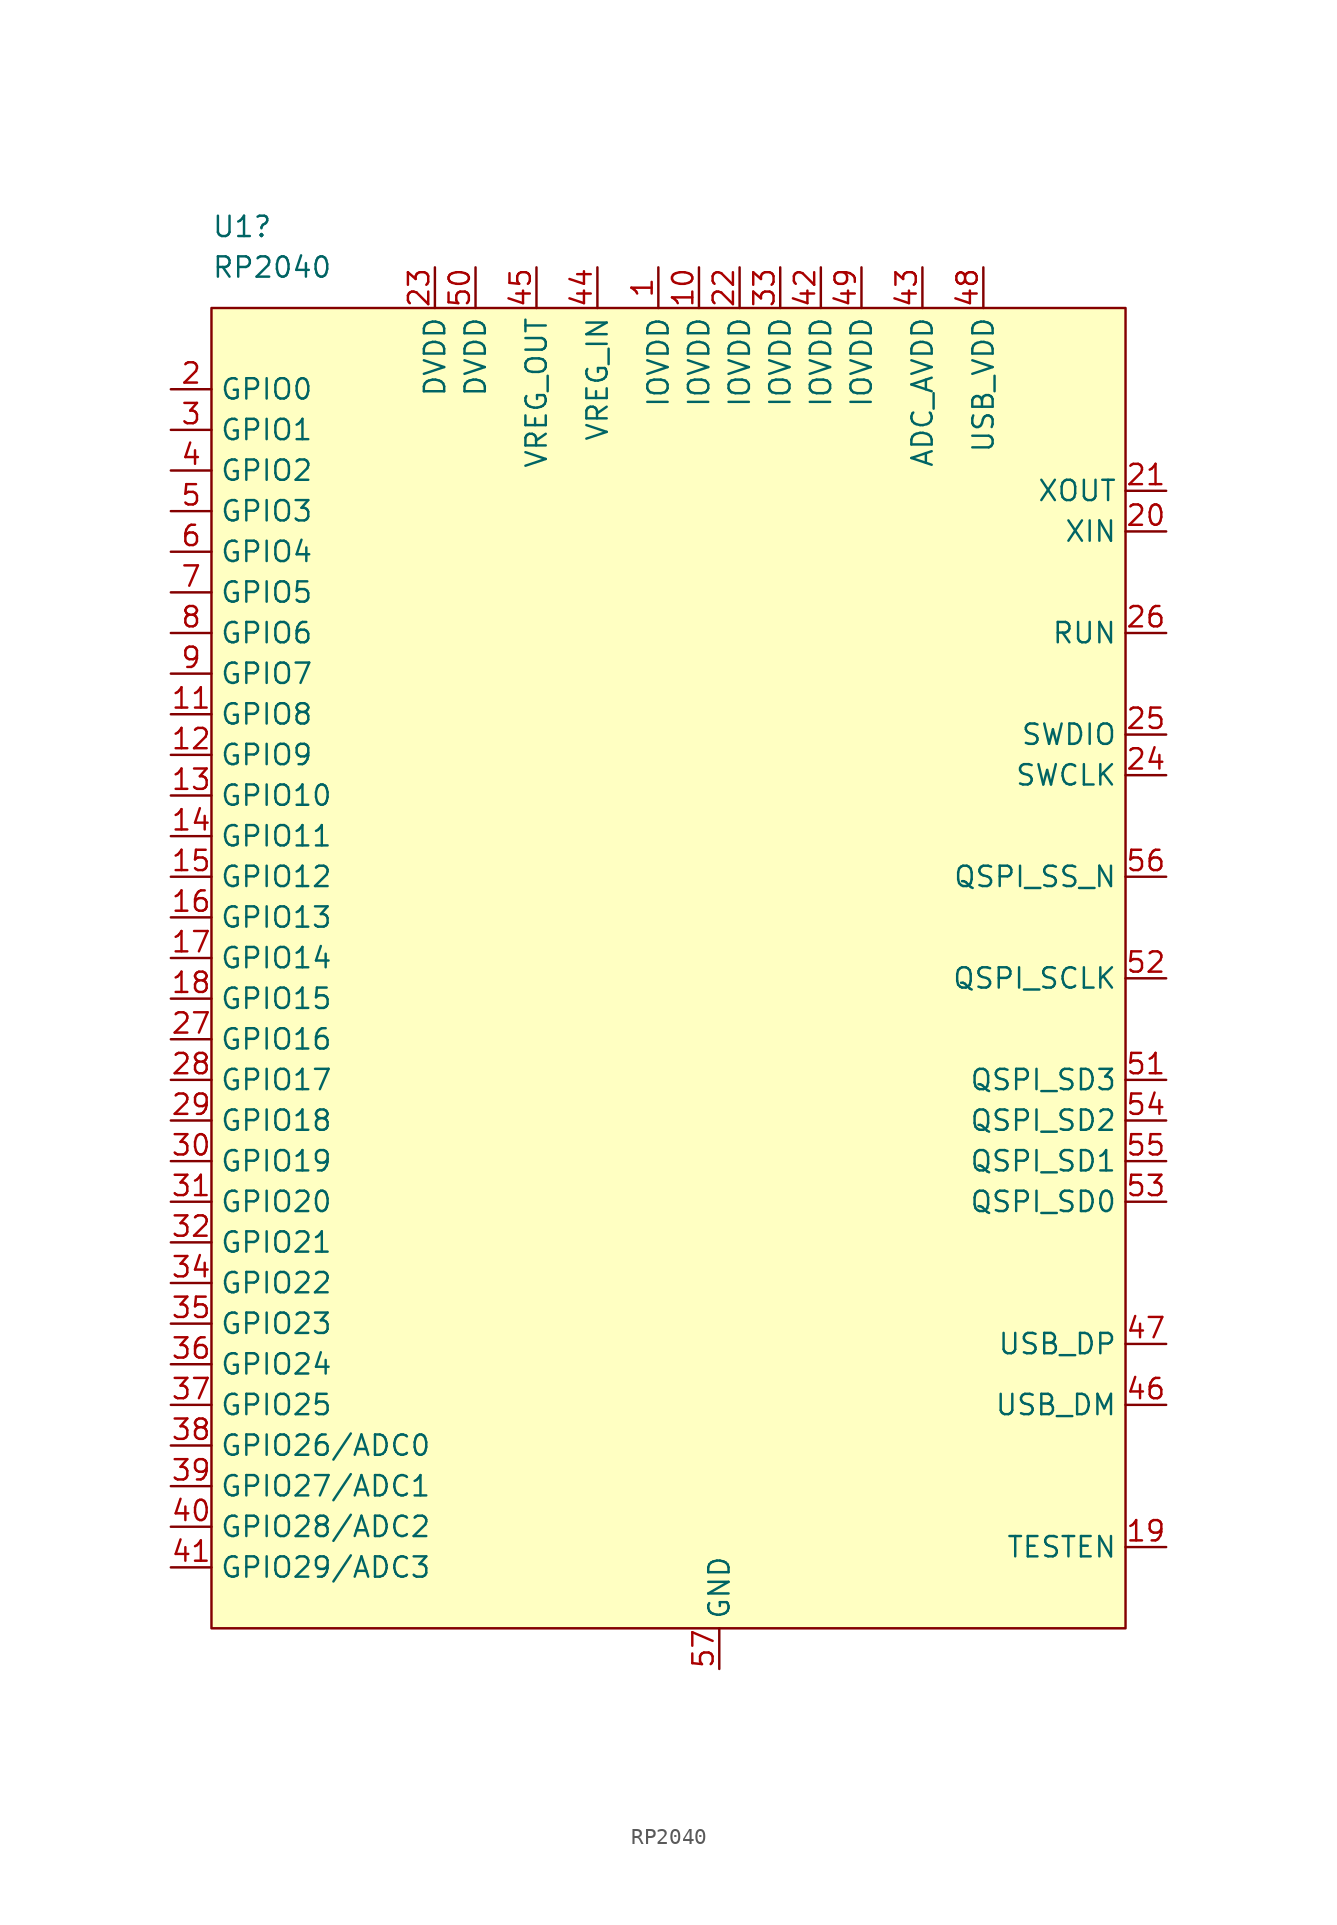
<source format=kicad_sym>
(kicad_symbol_lib
  (version 20211014)
  (generator kicad_symbol_editor)
  (symbol "RP2040"
    (property "Reference" "U1"
      (at 0 5.08 0)
      (effects (font (size 1.27 1.27)) (justify left)))
    (property "Value" "RP2040"
      (at 0 2.54 0)
      (effects (font (size 1.27 1.27)) (justify left)))
    (symbol "RP2040_0_1"
      (rectangle (start 0 0) (end 57.15 -82.55) (stroke (width 0) (type default) (color 0 0 0 0)) (fill (type background))))
    (symbol "RP2040_1_1"
      (pin power_in line (at 27.94 2.54 270) (length 2.54) (name "IOVDD" (effects (font (size 1.27 1.27)))) (number "1" (effects (font (size 1.27 1.27)))))
      (pin power_in line (at 30.48 2.54 270) (length 2.54) (name "IOVDD" (effects (font (size 1.27 1.27)))) (number "10" (effects (font (size 1.27 1.27)))))
      (pin passive line (at -2.54 -25.4 0) (length 2.54) (name "GPIO8" (effects (font (size 1.27 1.27)))) (number "11" (effects (font (size 1.27 1.27)))))
      (pin passive line (at -2.54 -27.94 0) (length 2.54) (name "GPIO9" (effects (font (size 1.27 1.27)))) (number "12" (effects (font (size 1.27 1.27)))))
      (pin passive line (at -2.54 -30.48 0) (length 2.54) (name "GPIO10" (effects (font (size 1.27 1.27)))) (number "13" (effects (font (size 1.27 1.27)))))
      (pin passive line (at -2.54 -33.02 0) (length 2.54) (name "GPIO11" (effects (font (size 1.27 1.27)))) (number "14" (effects (font (size 1.27 1.27)))))
      (pin passive line (at -2.54 -35.56 0) (length 2.54) (name "GPIO12" (effects (font (size 1.27 1.27)))) (number "15" (effects (font (size 1.27 1.27)))))
      (pin passive line (at -2.54 -38.1 0) (length 2.54) (name "GPIO13" (effects (font (size 1.27 1.27)))) (number "16" (effects (font (size 1.27 1.27)))))
      (pin passive line (at -2.54 -40.64 0) (length 2.54) (name "GPIO14" (effects (font (size 1.27 1.27)))) (number "17" (effects (font (size 1.27 1.27)))))
      (pin passive line (at -2.54 -43.18 0) (length 2.54) (name "GPIO15" (effects (font (size 1.27 1.27)))) (number "18" (effects (font (size 1.27 1.27)))))
      (pin input line (at 59.69 -77.47 180) (length 2.54) (name "TESTEN" (effects (font (size 1.27 1.27)))) (number "19" (effects (font (size 1.27 1.27)))))
      (pin passive line (at -2.54 -5.08 0) (length 2.54) (name "GPIO0" (effects (font (size 1.27 1.27)))) (number "2" (effects (font (size 1.27 1.27)))))
      (pin input line (at 59.69 -13.97 180) (length 2.54) (name "XIN" (effects (font (size 1.27 1.27)))) (number "20" (effects (font (size 1.27 1.27)))))
      (pin output line (at 59.69 -11.43 180) (length 2.54) (name "XOUT" (effects (font (size 1.27 1.27)))) (number "21" (effects (font (size 1.27 1.27)))))
      (pin power_in line (at 33.02 2.54 270) (length 2.54) (name "IOVDD" (effects (font (size 1.27 1.27)))) (number "22" (effects (font (size 1.27 1.27)))))
      (pin power_in line (at 13.97 2.54 270) (length 2.54) (name "DVDD" (effects (font (size 1.27 1.27)))) (number "23" (effects (font (size 1.27 1.27)))))
      (pin input line (at 59.69 -29.21 180) (length 2.54) (name "SWCLK" (effects (font (size 1.27 1.27)))) (number "24" (effects (font (size 1.27 1.27)))))
      (pin bidirectional line (at 59.69 -26.67 180) (length 2.54) (name "SWDIO" (effects (font (size 1.27 1.27)))) (number "25" (effects (font (size 1.27 1.27)))))
      (pin input line (at 59.69 -20.32 180) (length 2.54) (name "RUN" (effects (font (size 1.27 1.27)))) (number "26" (effects (font (size 1.27 1.27)))))
      (pin passive line (at -2.54 -45.72 0) (length 2.54) (name "GPIO16" (effects (font (size 1.27 1.27)))) (number "27" (effects (font (size 1.27 1.27)))))
      (pin passive line (at -2.54 -48.26 0) (length 2.54) (name "GPIO17" (effects (font (size 1.27 1.27)))) (number "28" (effects (font (size 1.27 1.27)))))
      (pin passive line (at -2.54 -50.8 0) (length 2.54) (name "GPIO18" (effects (font (size 1.27 1.27)))) (number "29" (effects (font (size 1.27 1.27)))))
      (pin passive line (at -2.54 -7.62 0) (length 2.54) (name "GPIO1" (effects (font (size 1.27 1.27)))) (number "3" (effects (font (size 1.27 1.27)))))
      (pin passive line (at -2.54 -53.34 0) (length 2.54) (name "GPIO19" (effects (font (size 1.27 1.27)))) (number "30" (effects (font (size 1.27 1.27)))))
      (pin passive line (at -2.54 -55.88 0) (length 2.54) (name "GPIO20" (effects (font (size 1.27 1.27)))) (number "31" (effects (font (size 1.27 1.27)))))
      (pin passive line (at -2.54 -58.42 0) (length 2.54) (name "GPIO21" (effects (font (size 1.27 1.27)))) (number "32" (effects (font (size 1.27 1.27)))))
      (pin power_in line (at 35.56 2.54 270) (length 2.54) (name "IOVDD" (effects (font (size 1.27 1.27)))) (number "33" (effects (font (size 1.27 1.27)))))
      (pin passive line (at -2.54 -60.96 0) (length 2.54) (name "GPIO22" (effects (font (size 1.27 1.27)))) (number "34" (effects (font (size 1.27 1.27)))))
      (pin passive line (at -2.54 -63.5 0) (length 2.54) (name "GPIO23" (effects (font (size 1.27 1.27)))) (number "35" (effects (font (size 1.27 1.27)))))
      (pin passive line (at -2.54 -66.04 0) (length 2.54) (name "GPIO24" (effects (font (size 1.27 1.27)))) (number "36" (effects (font (size 1.27 1.27)))))
      (pin passive line (at -2.54 -68.58 0) (length 2.54) (name "GPIO25" (effects (font (size 1.27 1.27)))) (number "37" (effects (font (size 1.27 1.27)))))
      (pin passive line (at -2.54 -71.12 0) (length 2.54) (name "GPIO26/ADC0" (effects (font (size 1.27 1.27)))) (number "38" (effects (font (size 1.27 1.27)))))
      (pin passive line (at -2.54 -73.66 0) (length 2.54) (name "GPIO27/ADC1" (effects (font (size 1.27 1.27)))) (number "39" (effects (font (size 1.27 1.27)))))
      (pin passive line (at -2.54 -10.16 0) (length 2.54) (name "GPIO2" (effects (font (size 1.27 1.27)))) (number "4" (effects (font (size 1.27 1.27)))))
      (pin passive line (at -2.54 -76.2 0) (length 2.54) (name "GPIO28/ADC2" (effects (font (size 1.27 1.27)))) (number "40" (effects (font (size 1.27 1.27)))))
      (pin passive line (at -2.54 -78.74 0) (length 2.54) (name "GPIO29/ADC3" (effects (font (size 1.27 1.27)))) (number "41" (effects (font (size 1.27 1.27)))))
      (pin power_in line (at 38.1 2.54 270) (length 2.54) (name "IOVDD" (effects (font (size 1.27 1.27)))) (number "42" (effects (font (size 1.27 1.27)))))
      (pin power_in line (at 44.45 2.54 270) (length 2.54) (name "ADC_AVDD" (effects (font (size 1.27 1.27)))) (number "43" (effects (font (size 1.27 1.27)))))
      (pin power_in line (at 24.13 2.54 270) (length 2.54) (name "VREG_IN" (effects (font (size 1.27 1.27)))) (number "44" (effects (font (size 1.27 1.27)))))
      (pin power_out line (at 20.32 2.54 270) (length 2.54) (name "VREG_OUT" (effects (font (size 1.27 1.27)))) (number "45" (effects (font (size 1.27 1.27)))))
      (pin bidirectional line (at 59.69 -68.58 180) (length 2.54) (name "USB_DM" (effects (font (size 1.27 1.27)))) (number "46" (effects (font (size 1.27 1.27)))))
      (pin bidirectional line (at 59.69 -64.77 180) (length 2.54) (name "USB_DP" (effects (font (size 1.27 1.27)))) (number "47" (effects (font (size 1.27 1.27)))))
      (pin power_in line (at 48.26 2.54 270) (length 2.54) (name "USB_VDD" (effects (font (size 1.27 1.27)))) (number "48" (effects (font (size 1.27 1.27)))))
      (pin power_in line (at 40.64 2.54 270) (length 2.54) (name "IOVDD" (effects (font (size 1.27 1.27)))) (number "49" (effects (font (size 1.27 1.27)))))
      (pin passive line (at -2.54 -12.7 0) (length 2.54) (name "GPIO3" (effects (font (size 1.27 1.27)))) (number "5" (effects (font (size 1.27 1.27)))))
      (pin power_in line (at 16.51 2.54 270) (length 2.54) (name "DVDD" (effects (font (size 1.27 1.27)))) (number "50" (effects (font (size 1.27 1.27)))))
      (pin bidirectional line (at 59.69 -48.26 180) (length 2.54) (name "QSPI_SD3" (effects (font (size 1.27 1.27)))) (number "51" (effects (font (size 1.27 1.27)))))
      (pin output line (at 59.69 -41.91 180) (length 2.54) (name "QSPI_SCLK" (effects (font (size 1.27 1.27)))) (number "52" (effects (font (size 1.27 1.27)))))
      (pin bidirectional line (at 59.69 -55.88 180) (length 2.54) (name "QSPI_SD0" (effects (font (size 1.27 1.27)))) (number "53" (effects (font (size 1.27 1.27)))))
      (pin bidirectional line (at 59.69 -50.8 180) (length 2.54) (name "QSPI_SD2" (effects (font (size 1.27 1.27)))) (number "54" (effects (font (size 1.27 1.27)))))
      (pin bidirectional line (at 59.69 -53.34 180) (length 2.54) (name "QSPI_SD1" (effects (font (size 1.27 1.27)))) (number "55" (effects (font (size 1.27 1.27)))))
      (pin input line (at 59.69 -35.56 180) (length 2.54) (name "QSPI_SS_N" (effects (font (size 1.27 1.27)))) (number "56" (effects (font (size 1.27 1.27)))))
      (pin power_in line (at 31.75 -85.09 90) (length 2.54) (name "GND" (effects (font (size 1.27 1.27)))) (number "57" (effects (font (size 1.27 1.27)))))
      (pin passive line (at -2.54 -15.24 0) (length 2.54) (name "GPIO4" (effects (font (size 1.27 1.27)))) (number "6" (effects (font (size 1.27 1.27)))))
      (pin passive line (at -2.54 -17.78 0) (length 2.54) (name "GPIO5" (effects (font (size 1.27 1.27)))) (number "7" (effects (font (size 1.27 1.27)))))
      (pin passive line (at -2.54 -20.32 0) (length 2.54) (name "GPIO6" (effects (font (size 1.27 1.27)))) (number "8" (effects (font (size 1.27 1.27)))))
      (pin passive line (at -2.54 -22.86 0) (length 2.54) (name "GPIO7" (effects (font (size 1.27 1.27)))) (number "9" (effects (font (size 1.27 1.27))))))))
</source>
